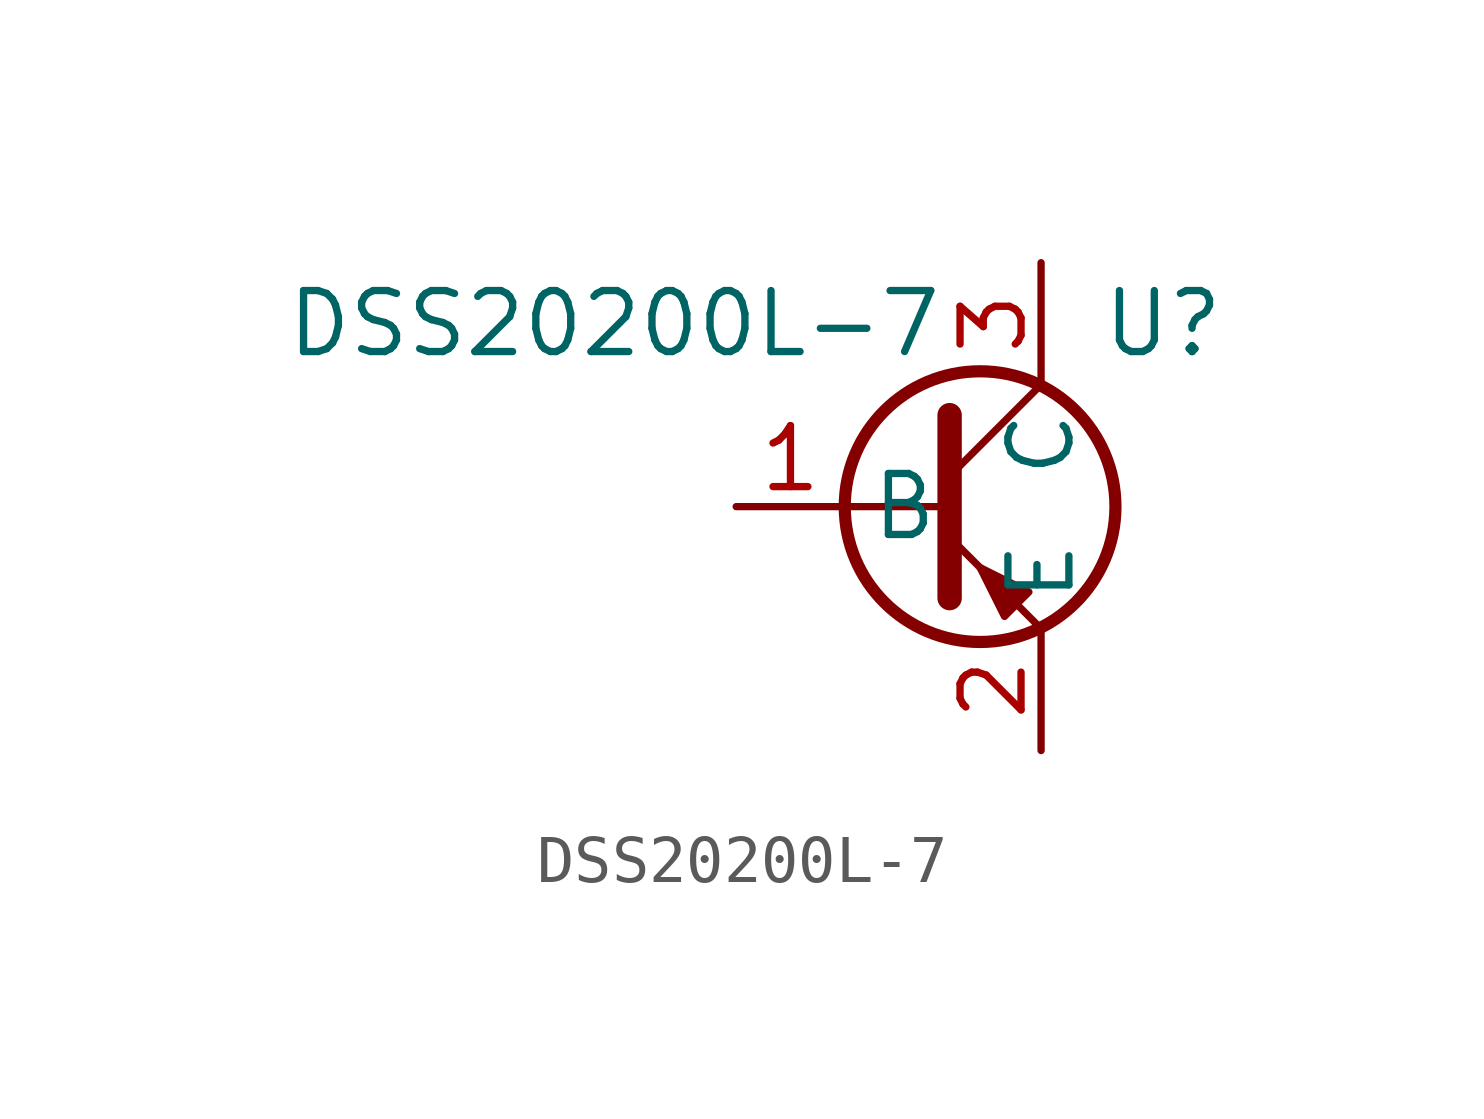
<source format=kicad_sym>
(kicad_symbol_lib
  (version 20211014)
  (generator kicad_symbol_editor)
  (symbol "DSS20200L-7"
    (property "Reference" "U"
      (at 3.81 3.81 0)
      (effects (font (size 1.27 1.27))))
    (property "Value" "DSS20200L-7"
      (at -7.62 3.81 0)
      (effects (font (size 1.27 1.27))))
    (symbol "DSS20200L-7_0_1"
      (polyline (pts (xy -2.82 0) (xy -0.635 0)) (stroke (width 0) (type default) (color 0 0 0 0)) (fill (type none)))
      (polyline (pts (xy -0.635 0.635) (xy 1.27 2.54)) (stroke (width 0) (type default) (color 0 0 0 0)) (fill (type none)))
      (polyline (pts (xy -0.635 -0.635) (xy 1.27 -2.54) (xy 1.27 -2.54)) (stroke (width 0) (type default) (color 0 0 0 0)) (fill (type none)))
      (polyline (pts (xy -0.635 1.905) (xy -0.635 -1.905) (xy -0.635 -1.905)) (stroke (width 0.508) (type default) (color 0 0 0 0)) (fill (type none)))
      (polyline (pts (xy 1.016 -1.778) (xy 0.508 -2.286) (xy 0 -1.27) (xy 1.016 -1.778) (xy 1.016 -1.778)) (stroke (width 0) (type default) (color 0 0 0 0)) (fill (type outline)))
      (circle (center 0 0) (radius 2.819) (stroke (width 0.254) (type default) (color 0 0 0 0)) (fill (type none))))
    (symbol "DSS20200L-7_1_1"
      (pin input line (at -5.08 0 0) (length 2.26) (name "B" (effects (font (size 1.27 1.27)))) (number "1" (effects (font (size 1.27 1.27)))))
      (pin passive line (at 1.27 -5.08 90) (length 2.54) (name "E" (effects (font (size 1.27 1.27)))) (number "2" (effects (font (size 1.27 1.27)))))
      (pin passive line (at 1.27 5.08 270) (length 2.54) (name "C" (effects (font (size 1.27 1.27)))) (number "3" (effects (font (size 1.27 1.27))))))))
</source>
